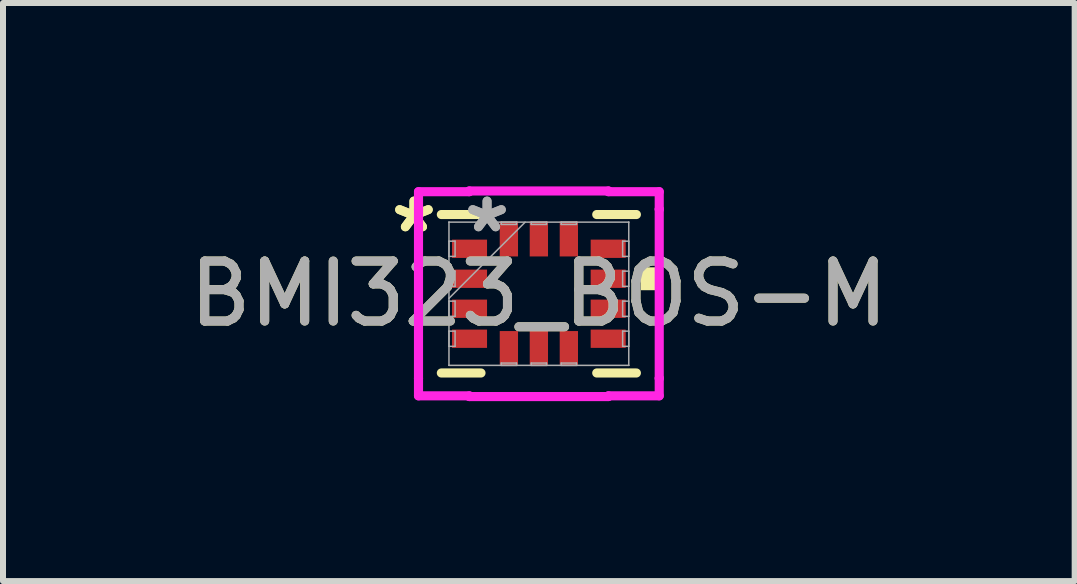
<source format=kicad_pcb>
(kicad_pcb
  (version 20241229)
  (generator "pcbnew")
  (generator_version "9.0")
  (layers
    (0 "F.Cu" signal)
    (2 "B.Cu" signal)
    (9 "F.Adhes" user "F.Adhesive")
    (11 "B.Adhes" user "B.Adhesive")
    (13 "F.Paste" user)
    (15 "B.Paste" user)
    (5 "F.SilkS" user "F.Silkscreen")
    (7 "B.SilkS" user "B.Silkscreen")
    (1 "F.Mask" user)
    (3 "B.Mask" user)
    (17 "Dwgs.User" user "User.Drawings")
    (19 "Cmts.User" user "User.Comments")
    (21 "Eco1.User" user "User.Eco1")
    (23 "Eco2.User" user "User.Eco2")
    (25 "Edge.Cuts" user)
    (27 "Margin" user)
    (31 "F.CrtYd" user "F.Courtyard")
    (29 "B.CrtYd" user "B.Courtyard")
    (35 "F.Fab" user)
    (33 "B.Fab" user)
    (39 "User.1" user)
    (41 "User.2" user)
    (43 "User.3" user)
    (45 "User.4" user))
  (footprint "BMI323_BOS-M"
    (layer "F.Cu")
    (at 5.935 1.848)
    (property "Reference" "BMI323_BOS-M" (at 0 0 0) (unlocked yes) (layer "F.SilkS") (effects (font (size 1 1) (thickness 0.15))))
    (attr smd)
    (fp_line (start -1.626 1.321) (end -0.965 1.321) (stroke (width 0.152) (type solid)) (layer "F.SilkS"))
    (fp_line (start -0.965 -1.321) (end -1.626 -1.321) (stroke (width 0.152) (type solid)) (layer "F.SilkS"))
    (fp_line (start 0.965 1.321) (end 1.626 1.321) (stroke (width 0.152) (type solid)) (layer "F.SilkS"))
    (fp_line (start 1.626 -1.321) (end 0.965 -1.321) (stroke (width 0.152) (type solid)) (layer "F.SilkS"))
    (fp_poly (pts (xy 1.956 -0.441) (xy 1.956 -0.059) (xy 1.702 -0.059) (xy 1.702 -0.441)) (stroke (width 0) (type solid)) (fill yes) (layer "F.SilkS"))
    (fp_line (start -2.007 -1.702) (end -1.16 -1.702) (stroke (width 0.152) (type solid)) (layer "F.CrtYd"))
    (fp_line (start -2.007 -1.41) (end -2.007 -1.702) (stroke (width 0.152) (type solid)) (layer "F.CrtYd"))
    (fp_line (start -2.007 -1.41) (end -2.007 -1.41) (stroke (width 0.152) (type solid)) (layer "F.CrtYd"))
    (fp_line (start -2.007 1.41) (end -2.007 -1.41) (stroke (width 0.152) (type solid)) (layer "F.CrtYd"))
    (fp_line (start -2.007 1.41) (end -2.007 1.41) (stroke (width 0.152) (type solid)) (layer "F.CrtYd"))
    (fp_line (start -2.007 1.702) (end -2.007 1.41) (stroke (width 0.152) (type solid)) (layer "F.CrtYd"))
    (fp_line (start -1.16 -1.714) (end 1.16 -1.714) (stroke (width 0.152) (type solid)) (layer "F.CrtYd"))
    (fp_line (start -1.16 -1.702) (end -1.16 -1.714) (stroke (width 0.152) (type solid)) (layer "F.CrtYd"))
    (fp_line (start -1.16 1.702) (end -2.007 1.702) (stroke (width 0.152) (type solid)) (layer "F.CrtYd"))
    (fp_line (start -1.16 1.714) (end -1.16 1.702) (stroke (width 0.152) (type solid)) (layer "F.CrtYd"))
    (fp_line (start 1.16 -1.714) (end 1.16 -1.702) (stroke (width 0.152) (type solid)) (layer "F.CrtYd"))
    (fp_line (start 1.16 -1.702) (end 2.007 -1.702) (stroke (width 0.152) (type solid)) (layer "F.CrtYd"))
    (fp_line (start 1.16 1.702) (end 1.16 1.714) (stroke (width 0.152) (type solid)) (layer "F.CrtYd"))
    (fp_line (start 1.16 1.714) (end -1.16 1.714) (stroke (width 0.152) (type solid)) (layer "F.CrtYd"))
    (fp_line (start 2.007 -1.702) (end 2.007 -1.41) (stroke (width 0.152) (type solid)) (layer "F.CrtYd"))
    (fp_line (start 2.007 -1.41) (end 2.007 -1.41) (stroke (width 0.152) (type solid)) (layer "F.CrtYd"))
    (fp_line (start 2.007 -1.41) (end 2.007 1.41) (stroke (width 0.152) (type solid)) (layer "F.CrtYd"))
    (fp_line (start 2.007 1.41) (end 2.007 1.41) (stroke (width 0.152) (type solid)) (layer "F.CrtYd"))
    (fp_line (start 2.007 1.41) (end 2.007 1.702) (stroke (width 0.152) (type solid)) (layer "F.CrtYd"))
    (fp_line (start 2.007 1.702) (end 1.16 1.702) (stroke (width 0.152) (type solid)) (layer "F.CrtYd"))
    (fp_line (start -1.499 -1.194) (end -1.499 -1.194) (stroke (width 0.025) (type solid)) (layer "F.Fab"))
    (fp_line (start -1.499 -1.194) (end -1.499 1.194) (stroke (width 0.025) (type solid)) (layer "F.Fab"))
    (fp_line (start -1.499 -0.877) (end -1.397 -0.877) (stroke (width 0.025) (type solid)) (layer "F.Fab"))
    (fp_line (start -1.499 -0.623) (end -1.499 -0.877) (stroke (width 0.025) (type solid)) (layer "F.Fab"))
    (fp_line (start -1.499 -0.377) (end -1.397 -0.377) (stroke (width 0.025) (type solid)) (layer "F.Fab"))
    (fp_line (start -1.499 -0.123) (end -1.499 -0.377) (stroke (width 0.025) (type solid)) (layer "F.Fab"))
    (fp_line (start -1.499 0.076) (end -0.229 -1.194) (stroke (width 0.025) (type solid)) (layer "F.Fab"))
    (fp_line (start -1.499 0.123) (end -1.397 0.123) (stroke (width 0.025) (type solid)) (layer "F.Fab"))
    (fp_line (start -1.499 0.377) (end -1.499 0.123) (stroke (width 0.025) (type solid)) (layer "F.Fab"))
    (fp_line (start -1.499 0.623) (end -1.397 0.623) (stroke (width 0.025) (type solid)) (layer "F.Fab"))
    (fp_line (start -1.499 0.877) (end -1.499 0.623) (stroke (width 0.025) (type solid)) (layer "F.Fab"))
    (fp_line (start -1.499 1.194) (end -1.499 1.194) (stroke (width 0.025) (type solid)) (layer "F.Fab"))
    (fp_line (start -1.499 1.194) (end 1.499 1.194) (stroke (width 0.025) (type solid)) (layer "F.Fab"))
    (fp_line (start -1.397 -0.877) (end -1.397 -0.623) (stroke (width 0.025) (type solid)) (layer "F.Fab"))
    (fp_line (start -1.397 -0.623) (end -1.499 -0.623) (stroke (width 0.025) (type solid)) (layer "F.Fab"))
    (fp_line (start -1.397 -0.377) (end -1.397 -0.123) (stroke (width 0.025) (type solid)) (layer "F.Fab"))
    (fp_line (start -1.397 -0.123) (end -1.499 -0.123) (stroke (width 0.025) (type solid)) (layer "F.Fab"))
    (fp_line (start -1.397 0.123) (end -1.397 0.377) (stroke (width 0.025) (type solid)) (layer "F.Fab"))
    (fp_line (start -1.397 0.377) (end -1.499 0.377) (stroke (width 0.025) (type solid)) (layer "F.Fab"))
    (fp_line (start -1.397 0.623) (end -1.397 0.877) (stroke (width 0.025) (type solid)) (layer "F.Fab"))
    (fp_line (start -1.397 0.877) (end -1.499 0.877) (stroke (width 0.025) (type solid)) (layer "F.Fab"))
    (fp_line (start -0.627 -1.194) (end -0.373 -1.194) (stroke (width 0.025) (type solid)) (layer "F.Fab"))
    (fp_line (start -0.627 -1.156) (end -0.627 -1.194) (stroke (width 0.025) (type solid)) (layer "F.Fab"))
    (fp_line (start -0.627 1.156) (end -0.373 1.156) (stroke (width 0.025) (type solid)) (layer "F.Fab"))
    (fp_line (start -0.627 1.194) (end -0.627 1.156) (stroke (width 0.025) (type solid)) (layer "F.Fab"))
    (fp_line (start -0.373 -1.194) (end -0.373 -1.156) (stroke (width 0.025) (type solid)) (layer "F.Fab"))
    (fp_line (start -0.373 -1.156) (end -0.627 -1.156) (stroke (width 0.025) (type solid)) (layer "F.Fab"))
    (fp_line (start -0.373 1.156) (end -0.373 1.194) (stroke (width 0.025) (type solid)) (layer "F.Fab"))
    (fp_line (start -0.373 1.194) (end -0.627 1.194) (stroke (width 0.025) (type solid)) (layer "F.Fab"))
    (fp_line (start -0.127 -1.194) (end 0.127 -1.194) (stroke (width 0.025) (type solid)) (layer "F.Fab"))
    (fp_line (start -0.127 -1.156) (end -0.127 -1.194) (stroke (width 0.025) (type solid)) (layer "F.Fab"))
    (fp_line (start -0.127 1.156) (end 0.127 1.156) (stroke (width 0.025) (type solid)) (layer "F.Fab"))
    (fp_line (start -0.127 1.194) (end -0.127 1.156) (stroke (width 0.025) (type solid)) (layer "F.Fab"))
    (fp_line (start 0.127 -1.194) (end 0.127 -1.156) (stroke (width 0.025) (type solid)) (layer "F.Fab"))
    (fp_line (start 0.127 -1.156) (end -0.127 -1.156) (stroke (width 0.025) (type solid)) (layer "F.Fab"))
    (fp_line (start 0.127 1.156) (end 0.127 1.194) (stroke (width 0.025) (type solid)) (layer "F.Fab"))
    (fp_line (start 0.127 1.194) (end -0.127 1.194) (stroke (width 0.025) (type solid)) (layer "F.Fab"))
    (fp_line (start 0.373 -1.194) (end 0.627 -1.194) (stroke (width 0.025) (type solid)) (layer "F.Fab"))
    (fp_line (start 0.373 -1.156) (end 0.373 -1.194) (stroke (width 0.025) (type solid)) (layer "F.Fab"))
    (fp_line (start 0.373 1.156) (end 0.627 1.156) (stroke (width 0.025) (type solid)) (layer "F.Fab"))
    (fp_line (start 0.373 1.194) (end 0.373 1.156) (stroke (width 0.025) (type solid)) (layer "F.Fab"))
    (fp_line (start 0.627 -1.194) (end 0.627 -1.156) (stroke (width 0.025) (type solid)) (layer "F.Fab"))
    (fp_line (start 0.627 -1.156) (end 0.373 -1.156) (stroke (width 0.025) (type solid)) (layer "F.Fab"))
    (fp_line (start 0.627 1.156) (end 0.627 1.194) (stroke (width 0.025) (type solid)) (layer "F.Fab"))
    (fp_line (start 0.627 1.194) (end 0.373 1.194) (stroke (width 0.025) (type solid)) (layer "F.Fab"))
    (fp_line (start 1.397 -0.877) (end 1.499 -0.877) (stroke (width 0.025) (type solid)) (layer "F.Fab"))
    (fp_line (start 1.397 -0.623) (end 1.397 -0.877) (stroke (width 0.025) (type solid)) (layer "F.Fab"))
    (fp_line (start 1.397 -0.377) (end 1.499 -0.377) (stroke (width 0.025) (type solid)) (layer "F.Fab"))
    (fp_line (start 1.397 -0.123) (end 1.397 -0.377) (stroke (width 0.025) (type solid)) (layer "F.Fab"))
    (fp_line (start 1.397 0.123) (end 1.499 0.123) (stroke (width 0.025) (type solid)) (layer "F.Fab"))
    (fp_line (start 1.397 0.377) (end 1.397 0.123) (stroke (width 0.025) (type solid)) (layer "F.Fab"))
    (fp_line (start 1.397 0.623) (end 1.499 0.623) (stroke (width 0.025) (type solid)) (layer "F.Fab"))
    (fp_line (start 1.397 0.877) (end 1.397 0.623) (stroke (width 0.025) (type solid)) (layer "F.Fab"))
    (fp_line (start 1.499 -1.194) (end -1.499 -1.194) (stroke (width 0.025) (type solid)) (layer "F.Fab"))
    (fp_line (start 1.499 -1.194) (end 1.499 -1.194) (stroke (width 0.025) (type solid)) (layer "F.Fab"))
    (fp_line (start 1.499 -0.877) (end 1.499 -0.623) (stroke (width 0.025) (type solid)) (layer "F.Fab"))
    (fp_line (start 1.499 -0.623) (end 1.397 -0.623) (stroke (width 0.025) (type solid)) (layer "F.Fab"))
    (fp_line (start 1.499 -0.377) (end 1.499 -0.123) (stroke (width 0.025) (type solid)) (layer "F.Fab"))
    (fp_line (start 1.499 -0.123) (end 1.397 -0.123) (stroke (width 0.025) (type solid)) (layer "F.Fab"))
    (fp_line (start 1.499 0.123) (end 1.499 0.377) (stroke (width 0.025) (type solid)) (layer "F.Fab"))
    (fp_line (start 1.499 0.377) (end 1.397 0.377) (stroke (width 0.025) (type solid)) (layer "F.Fab"))
    (fp_line (start 1.499 0.623) (end 1.499 0.877) (stroke (width 0.025) (type solid)) (layer "F.Fab"))
    (fp_line (start 1.499 0.877) (end 1.397 0.877) (stroke (width 0.025) (type solid)) (layer "F.Fab"))
    (fp_line (start 1.499 1.194) (end 1.499 -1.194) (stroke (width 0.025) (type solid)) (layer "F.Fab"))
    (fp_line (start 1.499 1.194) (end 1.499 1.194) (stroke (width 0.025) (type solid)) (layer "F.Fab"))
    (fp_text user "*" (at -2.083 -1 0) (layer "F.SilkS") (effects (font (size 1 1) (thickness 0.15))))
    (fp_text user "*" (at -2.083 -1 0) (unlocked yes) (layer "F.SilkS") (effects (font (size 1 1) (thickness 0.15))))
    (fp_text user "*" (at -0.864 -1 0) (unlocked yes) (layer "F.Fab") (effects (font (size 1 1) (thickness 0.15))))
    (fp_text user "*" (at -0.864 -1 0) (layer "F.Fab") (effects (font (size 1 1) (thickness 0.15))))
    (fp_text user "${REFERENCE}" (at 0 0 0) (unlocked yes) (layer "F.Fab") (effects (font (size 1 1) (thickness 0.15))))
    (pad "1" smd rect (at -1.156 -0.75 90) (size 0.305 0.584) (layers "F.Cu" "F.Mask" "F.Paste"))
    (pad "2" smd rect (at -1.156 -0.25 90) (size 0.305 0.584) (layers "F.Cu" "F.Mask" "F.Paste"))
    (pad "3" smd rect (at -1.156 0.25 90) (size 0.305 0.584) (layers "F.Cu" "F.Mask" "F.Paste"))
    (pad "4" smd rect (at -1.156 0.75 90) (size 0.305 0.584) (layers "F.Cu" "F.Mask" "F.Paste"))
    (pad "5" smd rect (at -0.5 0.914) (size 0.305 0.584) (layers "F.Cu" "F.Mask" "F.Paste"))
    (pad "6" smd rect (at 0 0.914) (size 0.305 0.584) (layers "F.Cu" "F.Mask" "F.Paste"))
    (pad "7" smd rect (at 0.5 0.914) (size 0.305 0.584) (layers "F.Cu" "F.Mask" "F.Paste"))
    (pad "8" smd rect (at 1.156 0.75 90) (size 0.305 0.584) (layers "F.Cu" "F.Mask" "F.Paste"))
    (pad "9" smd rect (at 1.156 0.25 90) (size 0.305 0.584) (layers "F.Cu" "F.Mask" "F.Paste"))
    (pad "10" smd rect (at 1.156 -0.25 90) (size 0.305 0.584) (layers "F.Cu" "F.Mask" "F.Paste"))
    (pad "11" smd rect (at 1.156 -0.75 90) (size 0.305 0.584) (layers "F.Cu" "F.Mask" "F.Paste"))
    (pad "12" smd rect (at 0.5 -0.914) (size 0.305 0.584) (layers "F.Cu" "F.Mask" "F.Paste"))
    (pad "13" smd rect (at 0 -0.914) (size 0.305 0.584) (layers "F.Cu" "F.Mask" "F.Paste"))
    (pad "14" smd rect (at -0.5 -0.914) (size 0.305 0.584) (layers "F.Cu" "F.Mask" "F.Paste")))
  (gr_rect
    (start -3 -3)
    (end 14.869 6.639)
    (stroke (width 0.1) (type default))
    (fill no)
    (layer "Edge.Cuts")))
</source>
